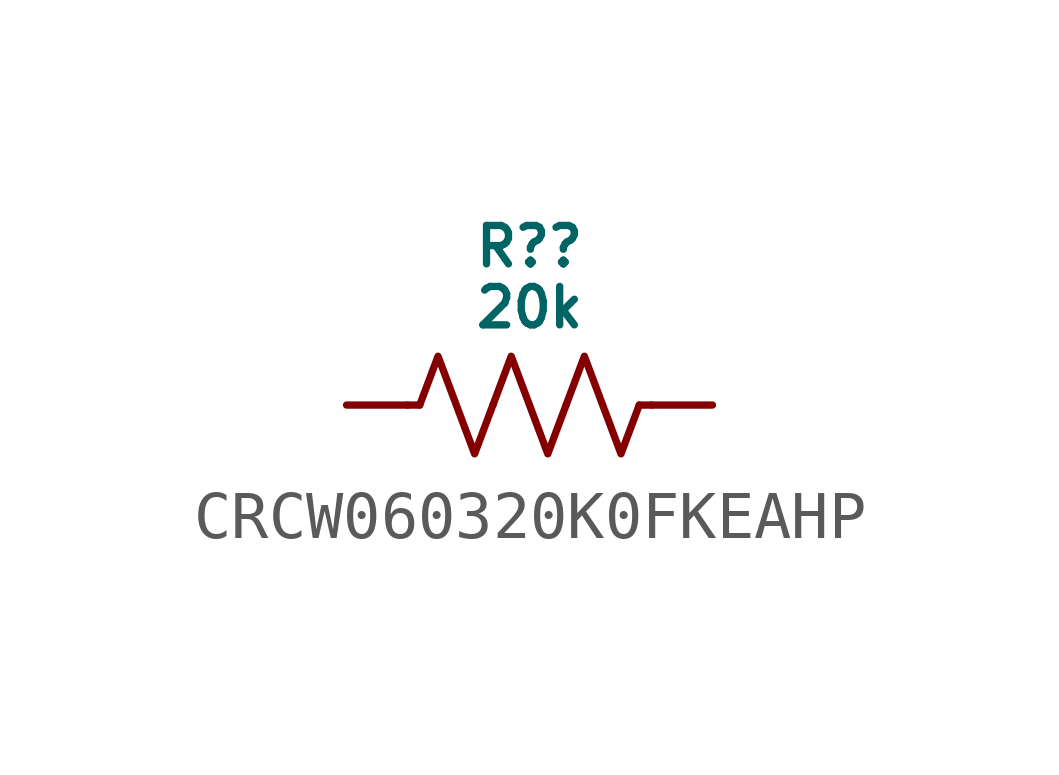
<source format=kicad_sym>
(kicad_symbol_lib
  (version 20231120)
  (generator "kicad_symbol_editor")
  (generator_version "8.0")
  (symbol "CRCW060320K0FKEAHP"
    (pin_numbers hide)
    (pin_names hide)
    (property "Reference" "R?"
      (at 0 3.302 0)
      (do_not_autoplace)
      (effects (font (size 0.8 0.8))))
    (property "Value" "20k"
      (at 0 2.032 0)
      (do_not_autoplace)
      (effects (font (size 0.8 0.8))))
    (symbol "CRCW060320K0FKEAHP_0_1"
      (polyline (pts (xy -2.286 0) (xy -2.54 0)) (stroke (width 0) (type default)) (fill (type none)))
      (polyline (pts (xy 2.286 0) (xy 2.54 0)) (stroke (width 0) (type default)) (fill (type none)))
      (polyline (pts (xy -2.286 0) (xy -1.905 1.016) (xy -1.524 0) (xy -1.143 -1.016) (xy -0.762 0)) (stroke (width 0) (type default)) (fill (type none)))
      (polyline (pts (xy -0.762 0) (xy -0.381 1.016) (xy 0 0) (xy 0.381 -1.016) (xy 0.762 0)) (stroke (width 0) (type default)) (fill (type none)))
      (polyline (pts (xy 0.762 0) (xy 1.143 1.016) (xy 1.524 0) (xy 1.905 -1.016) (xy 2.286 0)) (stroke (width 0) (type default)) (fill (type none))))
    (symbol "CRCW060320K0FKEAHP_1_0"
      (pin passive line (at -3.81 0 0) (length 1.27) (name "" (effects (font (size 0.8 0.8)))) (number "1" (effects (font (size 0.8 0.8)))))
      (pin passive line (at 3.81 0 180) (length 1.27) (name "" (effects (font (size 0.8 0.8)))) (number "2" (effects (font (size 0.8 0.8))))))))
</source>
